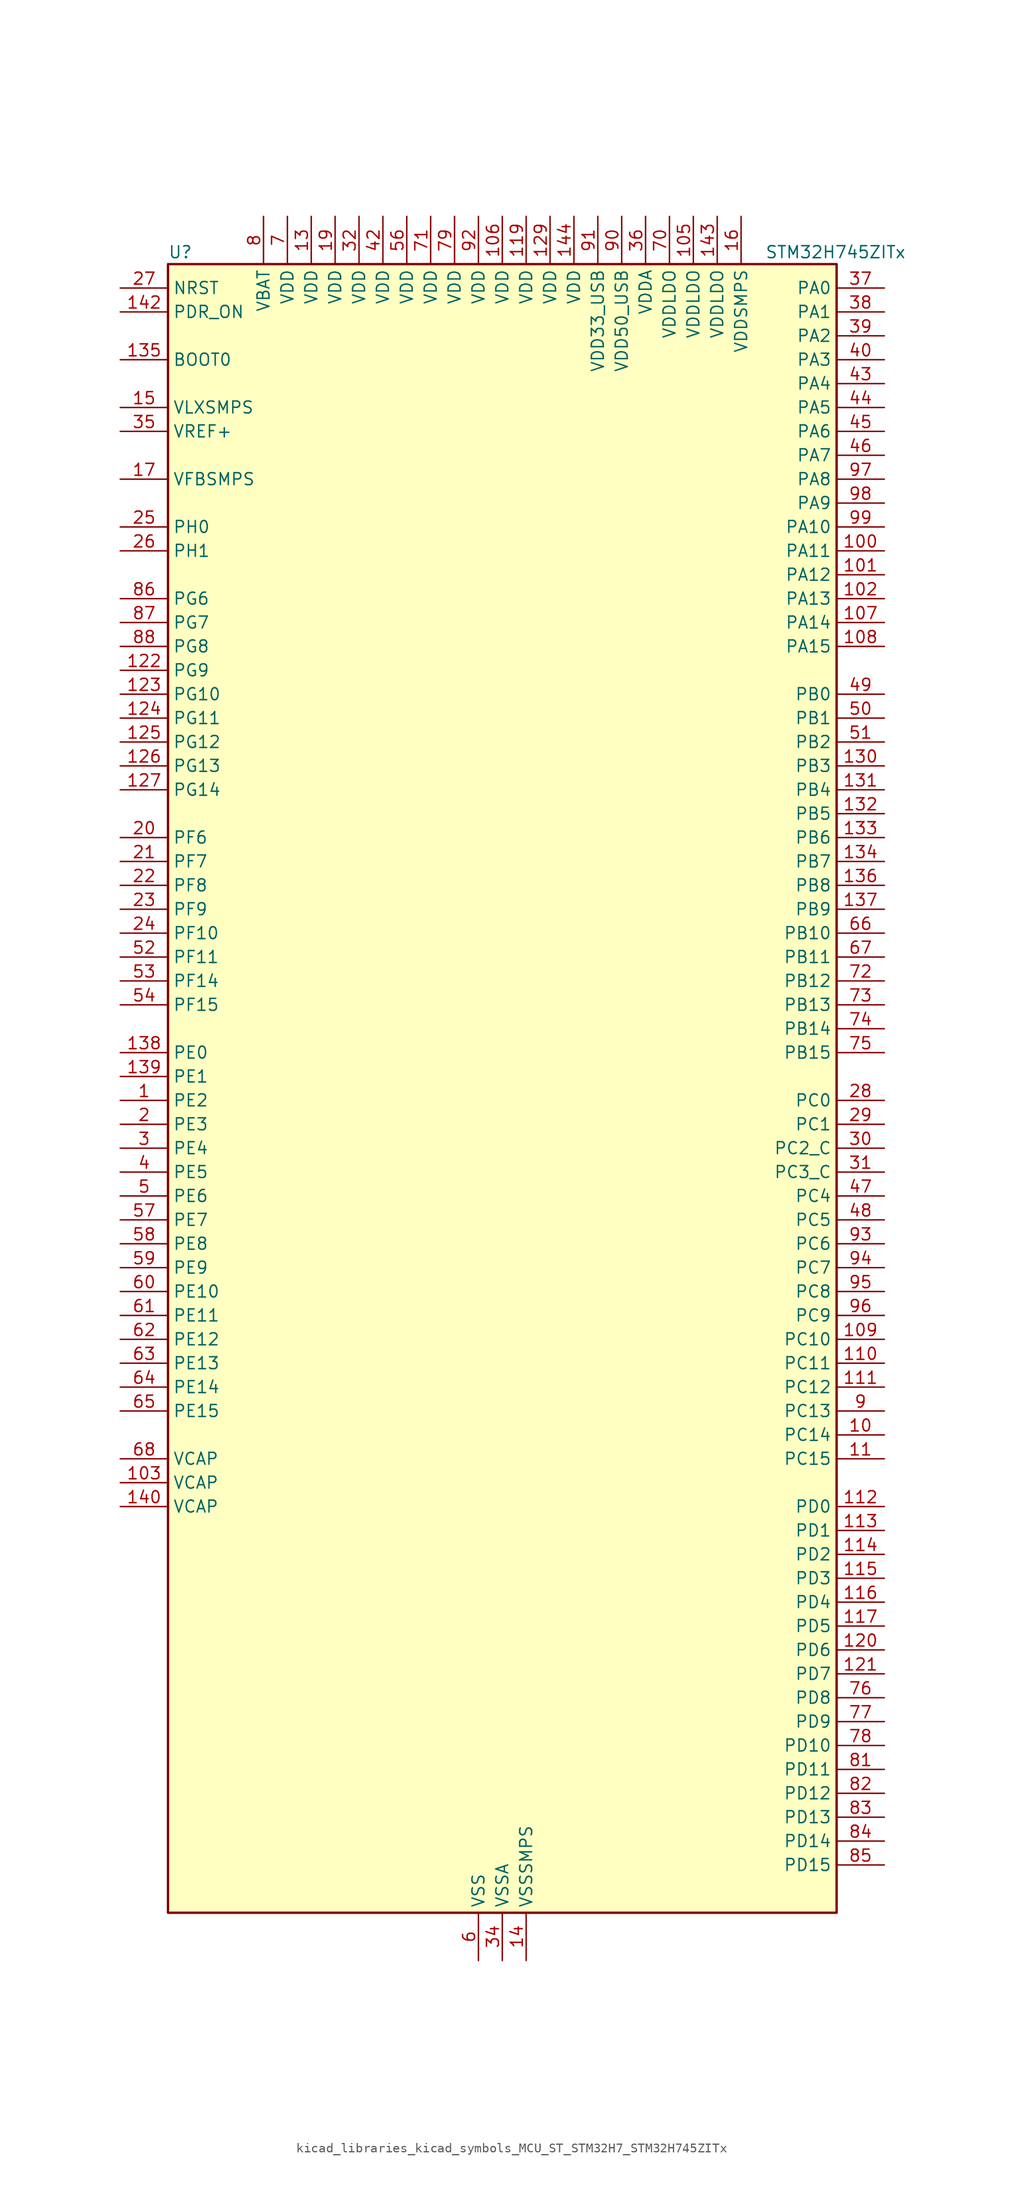
<source format=kicad_sym>
(kicad_symbol_lib
  (version 20220914)
  (generator kicad_symbol_editor)
  (symbol "kicad_libraries_kicad_symbols_MCU_ST_STM32H7_STM32H745ZITx"
    (property "Reference" "U"
      (at -35.56 90.17 0)
      (effects (font (size 1.27 1.27)) (justify left)))
    (property "Value" "STM32H745ZITx"
      (at 27.94 90.17 0)
      (effects (font (size 1.27 1.27)) (justify left)))
    (property "ki_locked" ""
      (at 0 0 0)
      (effects (font (size 1.27 1.27))))
    (symbol "kicad_libraries_kicad_symbols_MCU_ST_STM32H7_STM32H745ZITx_0_1"
      (rectangle (start -35.56 -86.36) (end 35.56 88.9) (stroke (width 0.254) (type default)) (fill (type background))))
    (symbol "kicad_libraries_kicad_symbols_MCU_ST_STM32H7_STM32H745ZITx_1_1"
      (pin bidirectional line (at -40.64 0 0) (length 5.08) (name "PE2" (effects (font (size 1.27 1.27)))) (number "1" (effects (font (size 1.27 1.27)))) (alternate "DEBUG_TRACECLK" bidirectional line) (alternate "ETH_TXD3" bidirectional line) (alternate "FMC_A23" bidirectional line) (alternate "QUADSPI_BK1_IO2" bidirectional line) (alternate "SAI1_CK1" bidirectional line) (alternate "SAI1_MCLK_A" bidirectional line) (alternate "SAI4_CK1" bidirectional line) (alternate "SAI4_MCLK_A" bidirectional line) (alternate "SPI4_SCK" bidirectional line))
      (pin bidirectional line (at 40.64 -35.56 180) (length 5.08) (name "PC14" (effects (font (size 1.27 1.27)))) (number "10" (effects (font (size 1.27 1.27)))) (alternate "RCC_OSC32_IN" bidirectional line))
      (pin bidirectional line (at 40.64 58.42 180) (length 5.08) (name "PA11" (effects (font (size 1.27 1.27)))) (number "100" (effects (font (size 1.27 1.27)))) (alternate "ADC1_EXTI11" bidirectional line) (alternate "ADC2_EXTI11" bidirectional line) (alternate "ADC3_EXTI11" bidirectional line) (alternate "FDCAN1_RX" bidirectional line) (alternate "HRTIM_CHD1" bidirectional line) (alternate "I2S2_WS" bidirectional line) (alternate "LPUART1_CTS" bidirectional line) (alternate "LTDC_R4" bidirectional line) (alternate "SPI2_NSS" bidirectional line) (alternate "TIM1_CH4" bidirectional line) (alternate "UART4_RX" bidirectional line) (alternate "USART1_CTS" bidirectional line) (alternate "USART1_NSS" bidirectional line) (alternate "USB_OTG_FS_DM" bidirectional line))
      (pin bidirectional line (at 40.64 55.88 180) (length 5.08) (name "PA12" (effects (font (size 1.27 1.27)))) (number "101" (effects (font (size 1.27 1.27)))) (alternate "FDCAN1_TX" bidirectional line) (alternate "HRTIM_CHD2" bidirectional line) (alternate "I2S2_CK" bidirectional line) (alternate "LPUART1_DE" bidirectional line) (alternate "LPUART1_RTS" bidirectional line) (alternate "LTDC_R5" bidirectional line) (alternate "SAI2_FS_B" bidirectional line) (alternate "SPI2_SCK" bidirectional line) (alternate "TIM1_ETR" bidirectional line) (alternate "UART4_TX" bidirectional line) (alternate "USART1_DE" bidirectional line) (alternate "USART1_RTS" bidirectional line) (alternate "USB_OTG_FS_DP" bidirectional line))
      (pin bidirectional line (at 40.64 53.34 180) (length 5.08) (name "PA13" (effects (font (size 1.27 1.27)))) (number "102" (effects (font (size 1.27 1.27)))) (alternate "DEBUG_JTMS-SWDIO" bidirectional line))
      (pin power_out line (at -40.64 -40.64 0) (length 5.08) (name "VCAP" (effects (font (size 1.27 1.27)))) (number "103" (effects (font (size 1.27 1.27)))))
      (pin passive line (at -2.54 -91.44 90) (length 5.08) hide (name "VSS" (effects (font (size 1.27 1.27)))) (number "104" (effects (font (size 1.27 1.27)))))
      (pin power_in line (at 20.32 93.98 270) (length 5.08) (name "VDDLDO" (effects (font (size 1.27 1.27)))) (number "105" (effects (font (size 1.27 1.27)))))
      (pin power_in line (at 0 93.98 270) (length 5.08) (name "VDD" (effects (font (size 1.27 1.27)))) (number "106" (effects (font (size 1.27 1.27)))))
      (pin bidirectional line (at 40.64 50.8 180) (length 5.08) (name "PA14" (effects (font (size 1.27 1.27)))) (number "107" (effects (font (size 1.27 1.27)))) (alternate "DEBUG_JTCK-SWCLK" bidirectional line))
      (pin bidirectional line (at 40.64 48.26 180) (length 5.08) (name "PA15" (effects (font (size 1.27 1.27)))) (number "108" (effects (font (size 1.27 1.27)))) (alternate "ADC1_EXTI15" bidirectional line) (alternate "ADC2_EXTI15" bidirectional line) (alternate "ADC3_EXTI15" bidirectional line) (alternate "CEC" bidirectional line) (alternate "DEBUG_JTDI" bidirectional line) (alternate "HRTIM_FLT1" bidirectional line) (alternate "I2S1_WS" bidirectional line) (alternate "I2S3_WS" bidirectional line) (alternate "SPI1_NSS" bidirectional line) (alternate "SPI3_NSS" bidirectional line) (alternate "SPI6_NSS" bidirectional line) (alternate "TIM2_CH1" bidirectional line) (alternate "TIM2_ETR" bidirectional line) (alternate "UART4_DE" bidirectional line) (alternate "UART4_RTS" bidirectional line) (alternate "UART7_TX" bidirectional line))
      (pin bidirectional line (at 40.64 -25.4 180) (length 5.08) (name "PC10" (effects (font (size 1.27 1.27)))) (number "109" (effects (font (size 1.27 1.27)))) (alternate "DCMI_D8" bidirectional line) (alternate "DFSDM1_CKIN5" bidirectional line) (alternate "HRTIM_EEV1" bidirectional line) (alternate "I2S3_CK" bidirectional line) (alternate "LTDC_R2" bidirectional line) (alternate "QUADSPI_BK1_IO1" bidirectional line) (alternate "SDMMC1_D2" bidirectional line) (alternate "SPI3_SCK" bidirectional line) (alternate "UART4_TX" bidirectional line) (alternate "USART3_TX" bidirectional line))
      (pin bidirectional line (at 40.64 -38.1 180) (length 5.08) (name "PC15" (effects (font (size 1.27 1.27)))) (number "11" (effects (font (size 1.27 1.27)))) (alternate "ADC1_EXTI15" bidirectional line) (alternate "ADC2_EXTI15" bidirectional line) (alternate "ADC3_EXTI15" bidirectional line) (alternate "RCC_OSC32_OUT" bidirectional line))
      (pin bidirectional line (at 40.64 -27.94 180) (length 5.08) (name "PC11" (effects (font (size 1.27 1.27)))) (number "110" (effects (font (size 1.27 1.27)))) (alternate "ADC1_EXTI11" bidirectional line) (alternate "ADC2_EXTI11" bidirectional line) (alternate "ADC3_EXTI11" bidirectional line) (alternate "DCMI_D4" bidirectional line) (alternate "DFSDM1_DATIN5" bidirectional line) (alternate "HRTIM_FLT2" bidirectional line) (alternate "I2S3_SDI" bidirectional line) (alternate "QUADSPI_BK2_NCS" bidirectional line) (alternate "SDMMC1_D3" bidirectional line) (alternate "SPI3_MISO" bidirectional line) (alternate "UART4_RX" bidirectional line) (alternate "USART3_RX" bidirectional line))
      (pin bidirectional line (at 40.64 -30.48 180) (length 5.08) (name "PC12" (effects (font (size 1.27 1.27)))) (number "111" (effects (font (size 1.27 1.27)))) (alternate "DCMI_D9" bidirectional line) (alternate "DEBUG_TRACED3" bidirectional line) (alternate "HRTIM_EEV2" bidirectional line) (alternate "I2S3_SDO" bidirectional line) (alternate "SDMMC1_CK" bidirectional line) (alternate "SPI3_MOSI" bidirectional line) (alternate "UART5_TX" bidirectional line) (alternate "USART3_CK" bidirectional line))
      (pin bidirectional line (at 40.64 -43.18 180) (length 5.08) (name "PD0" (effects (font (size 1.27 1.27)))) (number "112" (effects (font (size 1.27 1.27)))) (alternate "DFSDM1_CKIN6" bidirectional line) (alternate "FDCAN1_RX" bidirectional line) (alternate "FMC_D2" bidirectional line) (alternate "FMC_DA2" bidirectional line) (alternate "SAI3_SCK_A" bidirectional line) (alternate "UART4_RX" bidirectional line))
      (pin bidirectional line (at 40.64 -45.72 180) (length 5.08) (name "PD1" (effects (font (size 1.27 1.27)))) (number "113" (effects (font (size 1.27 1.27)))) (alternate "DFSDM1_DATIN6" bidirectional line) (alternate "FDCAN1_TX" bidirectional line) (alternate "FMC_D3" bidirectional line) (alternate "FMC_DA3" bidirectional line) (alternate "SAI3_SD_A" bidirectional line) (alternate "UART4_TX" bidirectional line))
      (pin bidirectional line (at 40.64 -48.26 180) (length 5.08) (name "PD2" (effects (font (size 1.27 1.27)))) (number "114" (effects (font (size 1.27 1.27)))) (alternate "DCMI_D11" bidirectional line) (alternate "DEBUG_TRACED2" bidirectional line) (alternate "SDMMC1_CMD" bidirectional line) (alternate "TIM3_ETR" bidirectional line) (alternate "UART5_RX" bidirectional line))
      (pin bidirectional line (at 40.64 -50.8 180) (length 5.08) (name "PD3" (effects (font (size 1.27 1.27)))) (number "115" (effects (font (size 1.27 1.27)))) (alternate "DCMI_D5" bidirectional line) (alternate "DFSDM1_CKOUT" bidirectional line) (alternate "FMC_CLK" bidirectional line) (alternate "I2S2_CK" bidirectional line) (alternate "LTDC_G7" bidirectional line) (alternate "SPI2_SCK" bidirectional line) (alternate "USART2_CTS" bidirectional line) (alternate "USART2_NSS" bidirectional line))
      (pin bidirectional line (at 40.64 -53.34 180) (length 5.08) (name "PD4" (effects (font (size 1.27 1.27)))) (number "116" (effects (font (size 1.27 1.27)))) (alternate "FMC_NOE" bidirectional line) (alternate "HRTIM_FLT3" bidirectional line) (alternate "SAI3_FS_A" bidirectional line) (alternate "USART2_DE" bidirectional line) (alternate "USART2_RTS" bidirectional line))
      (pin bidirectional line (at 40.64 -55.88 180) (length 5.08) (name "PD5" (effects (font (size 1.27 1.27)))) (number "117" (effects (font (size 1.27 1.27)))) (alternate "FMC_NWE" bidirectional line) (alternate "HRTIM_EEV3" bidirectional line) (alternate "USART2_TX" bidirectional line))
      (pin passive line (at -2.54 -91.44 90) (length 5.08) hide (name "VSS" (effects (font (size 1.27 1.27)))) (number "118" (effects (font (size 1.27 1.27)))))
      (pin power_in line (at 2.54 93.98 270) (length 5.08) (name "VDD" (effects (font (size 1.27 1.27)))) (number "119" (effects (font (size 1.27 1.27)))))
      (pin passive line (at -2.54 -91.44 90) (length 5.08) hide (name "VSS" (effects (font (size 1.27 1.27)))) (number "12" (effects (font (size 1.27 1.27)))))
      (pin bidirectional line (at 40.64 -58.42 180) (length 5.08) (name "PD6" (effects (font (size 1.27 1.27)))) (number "120" (effects (font (size 1.27 1.27)))) (alternate "DCMI_D10" bidirectional line) (alternate "DFSDM1_CKIN4" bidirectional line) (alternate "DFSDM1_DATIN1" bidirectional line) (alternate "FMC_NWAIT" bidirectional line) (alternate "I2S3_SDO" bidirectional line) (alternate "LTDC_B2" bidirectional line) (alternate "SAI1_D1" bidirectional line) (alternate "SAI1_SD_A" bidirectional line) (alternate "SAI4_D1" bidirectional line) (alternate "SAI4_SD_A" bidirectional line) (alternate "SDMMC2_CK" bidirectional line) (alternate "SPI3_MOSI" bidirectional line) (alternate "USART2_RX" bidirectional line))
      (pin bidirectional line (at 40.64 -60.96 180) (length 5.08) (name "PD7" (effects (font (size 1.27 1.27)))) (number "121" (effects (font (size 1.27 1.27)))) (alternate "DFSDM1_CKIN1" bidirectional line) (alternate "DFSDM1_DATIN4" bidirectional line) (alternate "FMC_NE1" bidirectional line) (alternate "I2S1_SDO" bidirectional line) (alternate "SDMMC2_CMD" bidirectional line) (alternate "SPDIFRX1_IN0" bidirectional line) (alternate "SPI1_MOSI" bidirectional line) (alternate "USART2_CK" bidirectional line))
      (pin bidirectional line (at -40.64 45.72 0) (length 5.08) (name "PG9" (effects (font (size 1.27 1.27)))) (number "122" (effects (font (size 1.27 1.27)))) (alternate "DAC1_EXTI9" bidirectional line) (alternate "DCMI_VSYNC" bidirectional line) (alternate "FMC_NCE" bidirectional line) (alternate "FMC_NE2" bidirectional line) (alternate "I2S1_SDI" bidirectional line) (alternate "QUADSPI_BK2_IO2" bidirectional line) (alternate "SAI2_FS_B" bidirectional line) (alternate "SPDIFRX1_IN3" bidirectional line) (alternate "SPI1_MISO" bidirectional line) (alternate "USART6_RX" bidirectional line))
      (pin bidirectional line (at -40.64 43.18 0) (length 5.08) (name "PG10" (effects (font (size 1.27 1.27)))) (number "123" (effects (font (size 1.27 1.27)))) (alternate "DCMI_D2" bidirectional line) (alternate "FMC_NE3" bidirectional line) (alternate "HRTIM_FLT5" bidirectional line) (alternate "I2S1_WS" bidirectional line) (alternate "LTDC_B2" bidirectional line) (alternate "LTDC_G3" bidirectional line) (alternate "SAI2_SD_B" bidirectional line) (alternate "SPI1_NSS" bidirectional line))
      (pin bidirectional line (at -40.64 40.64 0) (length 5.08) (name "PG11" (effects (font (size 1.27 1.27)))) (number "124" (effects (font (size 1.27 1.27)))) (alternate "ADC1_EXTI11" bidirectional line) (alternate "ADC2_EXTI11" bidirectional line) (alternate "ADC3_EXTI11" bidirectional line) (alternate "DCMI_D3" bidirectional line) (alternate "ETH_TX_EN" bidirectional line) (alternate "HRTIM_EEV4" bidirectional line) (alternate "I2S1_CK" bidirectional line) (alternate "LPTIM1_IN2" bidirectional line) (alternate "LTDC_B3" bidirectional line) (alternate "SDMMC2_D2" bidirectional line) (alternate "SPDIFRX1_IN0" bidirectional line) (alternate "SPI1_SCK" bidirectional line))
      (pin bidirectional line (at -40.64 38.1 0) (length 5.08) (name "PG12" (effects (font (size 1.27 1.27)))) (number "125" (effects (font (size 1.27 1.27)))) (alternate "ETH_TXD1" bidirectional line) (alternate "FMC_NE4" bidirectional line) (alternate "HRTIM_EEV5" bidirectional line) (alternate "LPTIM1_IN1" bidirectional line) (alternate "LTDC_B1" bidirectional line) (alternate "LTDC_B4" bidirectional line) (alternate "SPDIFRX1_IN1" bidirectional line) (alternate "SPI6_MISO" bidirectional line) (alternate "USART6_DE" bidirectional line) (alternate "USART6_RTS" bidirectional line))
      (pin bidirectional line (at -40.64 35.56 0) (length 5.08) (name "PG13" (effects (font (size 1.27 1.27)))) (number "126" (effects (font (size 1.27 1.27)))) (alternate "DEBUG_TRACED0" bidirectional line) (alternate "ETH_TXD0" bidirectional line) (alternate "FMC_A24" bidirectional line) (alternate "HRTIM_EEV10" bidirectional line) (alternate "LPTIM1_OUT" bidirectional line) (alternate "LTDC_R0" bidirectional line) (alternate "SPI6_SCK" bidirectional line) (alternate "USART6_CTS" bidirectional line) (alternate "USART6_NSS" bidirectional line))
      (pin bidirectional line (at -40.64 33.02 0) (length 5.08) (name "PG14" (effects (font (size 1.27 1.27)))) (number "127" (effects (font (size 1.27 1.27)))) (alternate "DEBUG_TRACED1" bidirectional line) (alternate "ETH_TXD1" bidirectional line) (alternate "FMC_A25" bidirectional line) (alternate "LPTIM1_ETR" bidirectional line) (alternate "LTDC_B0" bidirectional line) (alternate "QUADSPI_BK2_IO3" bidirectional line) (alternate "SPI6_MOSI" bidirectional line) (alternate "USART6_TX" bidirectional line))
      (pin passive line (at -2.54 -91.44 90) (length 5.08) hide (name "VSS" (effects (font (size 1.27 1.27)))) (number "128" (effects (font (size 1.27 1.27)))))
      (pin power_in line (at 5.08 93.98 270) (length 5.08) (name "VDD" (effects (font (size 1.27 1.27)))) (number "129" (effects (font (size 1.27 1.27)))))
      (pin power_in line (at -20.32 93.98 270) (length 5.08) (name "VDD" (effects (font (size 1.27 1.27)))) (number "13" (effects (font (size 1.27 1.27)))))
      (pin bidirectional line (at 40.64 35.56 180) (length 5.08) (name "PB3" (effects (font (size 1.27 1.27)))) (number "130" (effects (font (size 1.27 1.27)))) (alternate "CRS_SYNC" bidirectional line) (alternate "DEBUG_JTDO-SWO" bidirectional line) (alternate "HRTIM_FLT4" bidirectional line) (alternate "I2S1_CK" bidirectional line) (alternate "I2S3_CK" bidirectional line) (alternate "SDMMC2_D2" bidirectional line) (alternate "SPI1_SCK" bidirectional line) (alternate "SPI3_SCK" bidirectional line) (alternate "SPI6_SCK" bidirectional line) (alternate "TIM2_CH2" bidirectional line) (alternate "UART7_RX" bidirectional line))
      (pin bidirectional line (at 40.64 33.02 180) (length 5.08) (name "PB4" (effects (font (size 1.27 1.27)))) (number "131" (effects (font (size 1.27 1.27)))) (alternate "DEBUG_JTRST" bidirectional line) (alternate "HRTIM_EEV6" bidirectional line) (alternate "I2S1_SDI" bidirectional line) (alternate "I2S2_WS" bidirectional line) (alternate "I2S3_SDI" bidirectional line) (alternate "SDMMC2_D3" bidirectional line) (alternate "SPI1_MISO" bidirectional line) (alternate "SPI2_NSS" bidirectional line) (alternate "SPI3_MISO" bidirectional line) (alternate "SPI6_MISO" bidirectional line) (alternate "TIM16_BKIN" bidirectional line) (alternate "TIM3_CH1" bidirectional line) (alternate "UART7_TX" bidirectional line))
      (pin bidirectional line (at 40.64 30.48 180) (length 5.08) (name "PB5" (effects (font (size 1.27 1.27)))) (number "132" (effects (font (size 1.27 1.27)))) (alternate "DCMI_D10" bidirectional line) (alternate "ETH_PPS_OUT" bidirectional line) (alternate "FDCAN2_RX" bidirectional line) (alternate "FMC_SDCKE1" bidirectional line) (alternate "HRTIM_EEV7" bidirectional line) (alternate "I2C1_SMBA" bidirectional line) (alternate "I2C4_SMBA" bidirectional line) (alternate "I2S1_SDO" bidirectional line) (alternate "I2S3_SDO" bidirectional line) (alternate "SPI1_MOSI" bidirectional line) (alternate "SPI3_MOSI" bidirectional line) (alternate "SPI6_MOSI" bidirectional line) (alternate "TIM17_BKIN" bidirectional line) (alternate "TIM3_CH2" bidirectional line) (alternate "UART5_RX" bidirectional line) (alternate "USB_OTG_HS_ULPI_D7" bidirectional line))
      (pin bidirectional line (at 40.64 27.94 180) (length 5.08) (name "PB6" (effects (font (size 1.27 1.27)))) (number "133" (effects (font (size 1.27 1.27)))) (alternate "CEC" bidirectional line) (alternate "DCMI_D5" bidirectional line) (alternate "DFSDM1_DATIN5" bidirectional line) (alternate "FDCAN2_TX" bidirectional line) (alternate "FMC_SDNE1" bidirectional line) (alternate "HRTIM_EEV8" bidirectional line) (alternate "I2C1_SCL" bidirectional line) (alternate "I2C4_SCL" bidirectional line) (alternate "LPUART1_TX" bidirectional line) (alternate "QUADSPI_BK1_NCS" bidirectional line) (alternate "TIM16_CH1N" bidirectional line) (alternate "TIM4_CH1" bidirectional line) (alternate "UART5_TX" bidirectional line) (alternate "USART1_TX" bidirectional line))
      (pin bidirectional line (at 40.64 25.4 180) (length 5.08) (name "PB7" (effects (font (size 1.27 1.27)))) (number "134" (effects (font (size 1.27 1.27)))) (alternate "DCMI_VSYNC" bidirectional line) (alternate "DFSDM1_CKIN5" bidirectional line) (alternate "FMC_NL" bidirectional line) (alternate "HRTIM_EEV9" bidirectional line) (alternate "I2C1_SDA" bidirectional line) (alternate "I2C4_SDA" bidirectional line) (alternate "LPUART1_RX" bidirectional line) (alternate "PWR_PVD_IN" bidirectional line) (alternate "TIM17_CH1N" bidirectional line) (alternate "TIM4_CH2" bidirectional line) (alternate "USART1_RX" bidirectional line))
      (pin input line (at -40.64 78.74 0) (length 5.08) (name "BOOT0" (effects (font (size 1.27 1.27)))) (number "135" (effects (font (size 1.27 1.27)))))
      (pin bidirectional line (at 40.64 22.86 180) (length 5.08) (name "PB8" (effects (font (size 1.27 1.27)))) (number "136" (effects (font (size 1.27 1.27)))) (alternate "DCMI_D6" bidirectional line) (alternate "DFSDM1_CKIN7" bidirectional line) (alternate "ETH_TXD3" bidirectional line) (alternate "FDCAN1_RX" bidirectional line) (alternate "I2C1_SCL" bidirectional line) (alternate "I2C4_SCL" bidirectional line) (alternate "LTDC_B6" bidirectional line) (alternate "SDMMC1_CKIN" bidirectional line) (alternate "SDMMC1_D4" bidirectional line) (alternate "SDMMC2_D4" bidirectional line) (alternate "TIM16_CH1" bidirectional line) (alternate "TIM4_CH3" bidirectional line) (alternate "UART4_RX" bidirectional line))
      (pin bidirectional line (at 40.64 20.32 180) (length 5.08) (name "PB9" (effects (font (size 1.27 1.27)))) (number "137" (effects (font (size 1.27 1.27)))) (alternate "DAC1_EXTI9" bidirectional line) (alternate "DCMI_D7" bidirectional line) (alternate "DFSDM1_DATIN7" bidirectional line) (alternate "FDCAN1_TX" bidirectional line) (alternate "I2C1_SDA" bidirectional line) (alternate "I2C4_SDA" bidirectional line) (alternate "I2C4_SMBA" bidirectional line) (alternate "I2S2_WS" bidirectional line) (alternate "LTDC_B7" bidirectional line) (alternate "SDMMC1_CDIR" bidirectional line) (alternate "SDMMC1_D5" bidirectional line) (alternate "SDMMC2_D5" bidirectional line) (alternate "SPI2_NSS" bidirectional line) (alternate "TIM17_CH1" bidirectional line) (alternate "TIM4_CH4" bidirectional line) (alternate "UART4_TX" bidirectional line))
      (pin bidirectional line (at -40.64 5.08 0) (length 5.08) (name "PE0" (effects (font (size 1.27 1.27)))) (number "138" (effects (font (size 1.27 1.27)))) (alternate "DCMI_D2" bidirectional line) (alternate "FMC_NBL0" bidirectional line) (alternate "HRTIM_SCIN" bidirectional line) (alternate "LPTIM1_ETR" bidirectional line) (alternate "LPTIM2_ETR" bidirectional line) (alternate "SAI2_MCLK_A" bidirectional line) (alternate "TIM4_ETR" bidirectional line) (alternate "UART8_RX" bidirectional line))
      (pin bidirectional line (at -40.64 2.54 0) (length 5.08) (name "PE1" (effects (font (size 1.27 1.27)))) (number "139" (effects (font (size 1.27 1.27)))) (alternate "DCMI_D3" bidirectional line) (alternate "FMC_NBL1" bidirectional line) (alternate "HRTIM_SCOUT" bidirectional line) (alternate "LPTIM1_IN2" bidirectional line) (alternate "UART8_TX" bidirectional line))
      (pin power_in line (at 2.54 -91.44 90) (length 5.08) (name "VSSSMPS" (effects (font (size 1.27 1.27)))) (number "14" (effects (font (size 1.27 1.27)))))
      (pin power_out line (at -40.64 -43.18 0) (length 5.08) (name "VCAP" (effects (font (size 1.27 1.27)))) (number "140" (effects (font (size 1.27 1.27)))))
      (pin passive line (at -2.54 -91.44 90) (length 5.08) hide (name "VSS" (effects (font (size 1.27 1.27)))) (number "141" (effects (font (size 1.27 1.27)))))
      (pin input line (at -40.64 83.82 0) (length 5.08) (name "PDR_ON" (effects (font (size 1.27 1.27)))) (number "142" (effects (font (size 1.27 1.27)))))
      (pin power_in line (at 22.86 93.98 270) (length 5.08) (name "VDDLDO" (effects (font (size 1.27 1.27)))) (number "143" (effects (font (size 1.27 1.27)))))
      (pin power_in line (at 7.62 93.98 270) (length 5.08) (name "VDD" (effects (font (size 1.27 1.27)))) (number "144" (effects (font (size 1.27 1.27)))))
      (pin power_in line (at -40.64 73.66 0) (length 5.08) (name "VLXSMPS" (effects (font (size 1.27 1.27)))) (number "15" (effects (font (size 1.27 1.27)))))
      (pin power_in line (at 25.4 93.98 270) (length 5.08) (name "VDDSMPS" (effects (font (size 1.27 1.27)))) (number "16" (effects (font (size 1.27 1.27)))))
      (pin input line (at -40.64 66.04 0) (length 5.08) (name "VFBSMPS" (effects (font (size 1.27 1.27)))) (number "17" (effects (font (size 1.27 1.27)))))
      (pin passive line (at -2.54 -91.44 90) (length 5.08) hide (name "VSS" (effects (font (size 1.27 1.27)))) (number "18" (effects (font (size 1.27 1.27)))))
      (pin power_in line (at -17.78 93.98 270) (length 5.08) (name "VDD" (effects (font (size 1.27 1.27)))) (number "19" (effects (font (size 1.27 1.27)))))
      (pin bidirectional line (at -40.64 -2.54 0) (length 5.08) (name "PE3" (effects (font (size 1.27 1.27)))) (number "2" (effects (font (size 1.27 1.27)))) (alternate "DEBUG_TRACED0" bidirectional line) (alternate "FMC_A19" bidirectional line) (alternate "SAI1_SD_B" bidirectional line) (alternate "SAI4_SD_B" bidirectional line) (alternate "TIM15_BKIN" bidirectional line))
      (pin bidirectional line (at -40.64 27.94 0) (length 5.08) (name "PF6" (effects (font (size 1.27 1.27)))) (number "20" (effects (font (size 1.27 1.27)))) (alternate "ADC3_INP8" bidirectional line) (alternate "QUADSPI_BK1_IO3" bidirectional line) (alternate "SAI1_SD_B" bidirectional line) (alternate "SAI4_SD_B" bidirectional line) (alternate "SPI5_NSS" bidirectional line) (alternate "TIM16_CH1" bidirectional line) (alternate "UART7_RX" bidirectional line))
      (pin bidirectional line (at -40.64 25.4 0) (length 5.08) (name "PF7" (effects (font (size 1.27 1.27)))) (number "21" (effects (font (size 1.27 1.27)))) (alternate "ADC3_INP3" bidirectional line) (alternate "QUADSPI_BK1_IO2" bidirectional line) (alternate "SAI1_MCLK_B" bidirectional line) (alternate "SAI4_MCLK_B" bidirectional line) (alternate "SPI5_SCK" bidirectional line) (alternate "TIM17_CH1" bidirectional line) (alternate "UART7_TX" bidirectional line))
      (pin bidirectional line (at -40.64 22.86 0) (length 5.08) (name "PF8" (effects (font (size 1.27 1.27)))) (number "22" (effects (font (size 1.27 1.27)))) (alternate "ADC3_INN3" bidirectional line) (alternate "ADC3_INP7" bidirectional line) (alternate "QUADSPI_BK1_IO0" bidirectional line) (alternate "SAI1_SCK_B" bidirectional line) (alternate "SAI4_SCK_B" bidirectional line) (alternate "SPI5_MISO" bidirectional line) (alternate "TIM13_CH1" bidirectional line) (alternate "TIM16_CH1N" bidirectional line) (alternate "UART7_DE" bidirectional line) (alternate "UART7_RTS" bidirectional line))
      (pin bidirectional line (at -40.64 20.32 0) (length 5.08) (name "PF9" (effects (font (size 1.27 1.27)))) (number "23" (effects (font (size 1.27 1.27)))) (alternate "ADC3_INP2" bidirectional line) (alternate "DAC1_EXTI9" bidirectional line) (alternate "QUADSPI_BK1_IO1" bidirectional line) (alternate "SAI1_FS_B" bidirectional line) (alternate "SAI4_FS_B" bidirectional line) (alternate "SPI5_MOSI" bidirectional line) (alternate "TIM14_CH1" bidirectional line) (alternate "TIM17_CH1N" bidirectional line) (alternate "UART7_CTS" bidirectional line))
      (pin bidirectional line (at -40.64 17.78 0) (length 5.08) (name "PF10" (effects (font (size 1.27 1.27)))) (number "24" (effects (font (size 1.27 1.27)))) (alternate "ADC3_INN2" bidirectional line) (alternate "ADC3_INP6" bidirectional line) (alternate "DCMI_D11" bidirectional line) (alternate "LTDC_DE" bidirectional line) (alternate "QUADSPI_CLK" bidirectional line) (alternate "SAI1_D3" bidirectional line) (alternate "SAI4_D3" bidirectional line) (alternate "TIM16_BKIN" bidirectional line))
      (pin bidirectional line (at -40.64 60.96 0) (length 5.08) (name "PH0" (effects (font (size 1.27 1.27)))) (number "25" (effects (font (size 1.27 1.27)))) (alternate "RCC_OSC_IN" bidirectional line))
      (pin bidirectional line (at -40.64 58.42 0) (length 5.08) (name "PH1" (effects (font (size 1.27 1.27)))) (number "26" (effects (font (size 1.27 1.27)))) (alternate "RCC_OSC_OUT" bidirectional line))
      (pin input line (at -40.64 86.36 0) (length 5.08) (name "NRST" (effects (font (size 1.27 1.27)))) (number "27" (effects (font (size 1.27 1.27)))))
      (pin bidirectional line (at 40.64 0 180) (length 5.08) (name "PC0" (effects (font (size 1.27 1.27)))) (number "28" (effects (font (size 1.27 1.27)))) (alternate "ADC1_INP10" bidirectional line) (alternate "ADC2_INP10" bidirectional line) (alternate "ADC3_INP10" bidirectional line) (alternate "DFSDM1_CKIN0" bidirectional line) (alternate "DFSDM1_DATIN4" bidirectional line) (alternate "FMC_SDNWE" bidirectional line) (alternate "LTDC_R5" bidirectional line) (alternate "SAI2_FS_B" bidirectional line) (alternate "USB_OTG_HS_ULPI_STP" bidirectional line))
      (pin bidirectional line (at 40.64 -2.54 180) (length 5.08) (name "PC1" (effects (font (size 1.27 1.27)))) (number "29" (effects (font (size 1.27 1.27)))) (alternate "ADC1_INN10" bidirectional line) (alternate "ADC1_INP11" bidirectional line) (alternate "ADC2_INN10" bidirectional line) (alternate "ADC2_INP11" bidirectional line) (alternate "ADC3_INN10" bidirectional line) (alternate "ADC3_INP11" bidirectional line) (alternate "DEBUG_TRACED0" bidirectional line) (alternate "DFSDM1_CKIN4" bidirectional line) (alternate "DFSDM1_DATIN0" bidirectional line) (alternate "ETH_MDC" bidirectional line) (alternate "I2S2_SDO" bidirectional line) (alternate "MDIOS_MDC" bidirectional line) (alternate "PWR_WKUP5" bidirectional line) (alternate "RTC_TAMP3" bidirectional line) (alternate "SAI1_D1" bidirectional line) (alternate "SAI1_SD_A" bidirectional line) (alternate "SAI4_D1" bidirectional line) (alternate "SAI4_SD_A" bidirectional line) (alternate "SDMMC2_CK" bidirectional line) (alternate "SPI2_MOSI" bidirectional line))
      (pin bidirectional line (at -40.64 -5.08 0) (length 5.08) (name "PE4" (effects (font (size 1.27 1.27)))) (number "3" (effects (font (size 1.27 1.27)))) (alternate "DCMI_D4" bidirectional line) (alternate "DEBUG_TRACED1" bidirectional line) (alternate "DFSDM1_DATIN3" bidirectional line) (alternate "FMC_A20" bidirectional line) (alternate "LTDC_B0" bidirectional line) (alternate "SAI1_D2" bidirectional line) (alternate "SAI1_FS_A" bidirectional line) (alternate "SAI4_D2" bidirectional line) (alternate "SAI4_FS_A" bidirectional line) (alternate "SPI4_NSS" bidirectional line) (alternate "TIM15_CH1N" bidirectional line))
      (pin bidirectional line (at 40.64 -5.08 180) (length 5.08) (name "PC2_C" (effects (font (size 1.27 1.27)))) (number "30" (effects (font (size 1.27 1.27)))) (alternate "ADC3_INN1" bidirectional line) (alternate "ADC3_INP0" bidirectional line) (alternate "DFSDM1_CKIN1" bidirectional line) (alternate "DFSDM1_CKOUT" bidirectional line) (alternate "ETH_TXD2" bidirectional line) (alternate "FMC_SDNE0" bidirectional line) (alternate "I2S2_SDI" bidirectional line) (alternate "PWR_CSTOP" bidirectional line) (alternate "SPI2_MISO" bidirectional line) (alternate "USB_OTG_HS_ULPI_DIR" bidirectional line))
      (pin bidirectional line (at 40.64 -7.62 180) (length 5.08) (name "PC3_C" (effects (font (size 1.27 1.27)))) (number "31" (effects (font (size 1.27 1.27)))) (alternate "ADC3_INP1" bidirectional line) (alternate "DFSDM1_DATIN1" bidirectional line) (alternate "ETH_TX_CLK" bidirectional line) (alternate "FMC_SDCKE0" bidirectional line) (alternate "I2S2_SDO" bidirectional line) (alternate "PWR_CSLEEP" bidirectional line) (alternate "SPI2_MOSI" bidirectional line) (alternate "USB_OTG_HS_ULPI_NXT" bidirectional line))
      (pin power_in line (at -15.24 93.98 270) (length 5.08) (name "VDD" (effects (font (size 1.27 1.27)))) (number "32" (effects (font (size 1.27 1.27)))))
      (pin passive line (at -2.54 -91.44 90) (length 5.08) hide (name "VSS" (effects (font (size 1.27 1.27)))) (number "33" (effects (font (size 1.27 1.27)))))
      (pin power_in line (at 0 -91.44 90) (length 5.08) (name "VSSA" (effects (font (size 1.27 1.27)))) (number "34" (effects (font (size 1.27 1.27)))))
      (pin input line (at -40.64 71.12 0) (length 5.08) (name "VREF+" (effects (font (size 1.27 1.27)))) (number "35" (effects (font (size 1.27 1.27)))) (alternate "VREFBUF_OUT" bidirectional line))
      (pin power_in line (at 15.24 93.98 270) (length 5.08) (name "VDDA" (effects (font (size 1.27 1.27)))) (number "36" (effects (font (size 1.27 1.27)))))
      (pin bidirectional line (at 40.64 86.36 180) (length 5.08) (name "PA0" (effects (font (size 1.27 1.27)))) (number "37" (effects (font (size 1.27 1.27)))) (alternate "ADC1_INP16" bidirectional line) (alternate "ETH_CRS" bidirectional line) (alternate "PWR_WKUP0" bidirectional line) (alternate "SAI2_SD_B" bidirectional line) (alternate "SDMMC2_CMD" bidirectional line) (alternate "TIM15_BKIN" bidirectional line) (alternate "TIM2_CH1" bidirectional line) (alternate "TIM2_ETR" bidirectional line) (alternate "TIM5_CH1" bidirectional line) (alternate "TIM8_ETR" bidirectional line) (alternate "UART4_TX" bidirectional line) (alternate "USART2_CTS" bidirectional line) (alternate "USART2_NSS" bidirectional line))
      (pin bidirectional line (at 40.64 83.82 180) (length 5.08) (name "PA1" (effects (font (size 1.27 1.27)))) (number "38" (effects (font (size 1.27 1.27)))) (alternate "ADC1_INN16" bidirectional line) (alternate "ADC1_INP17" bidirectional line) (alternate "ETH_REF_CLK" bidirectional line) (alternate "ETH_RX_CLK" bidirectional line) (alternate "LPTIM3_OUT" bidirectional line) (alternate "LTDC_R2" bidirectional line) (alternate "QUADSPI_BK1_IO3" bidirectional line) (alternate "SAI2_MCLK_B" bidirectional line) (alternate "TIM15_CH1N" bidirectional line) (alternate "TIM2_CH2" bidirectional line) (alternate "TIM5_CH2" bidirectional line) (alternate "UART4_RX" bidirectional line) (alternate "USART2_DE" bidirectional line) (alternate "USART2_RTS" bidirectional line))
      (pin bidirectional line (at 40.64 81.28 180) (length 5.08) (name "PA2" (effects (font (size 1.27 1.27)))) (number "39" (effects (font (size 1.27 1.27)))) (alternate "ADC1_INP14" bidirectional line) (alternate "ADC2_INP14" bidirectional line) (alternate "ETH_MDIO" bidirectional line) (alternate "LPTIM4_OUT" bidirectional line) (alternate "LTDC_R1" bidirectional line) (alternate "MDIOS_MDIO" bidirectional line) (alternate "PWR_WKUP1" bidirectional line) (alternate "SAI2_SCK_B" bidirectional line) (alternate "TIM15_CH1" bidirectional line) (alternate "TIM2_CH3" bidirectional line) (alternate "TIM5_CH3" bidirectional line) (alternate "USART2_TX" bidirectional line))
      (pin bidirectional line (at -40.64 -7.62 0) (length 5.08) (name "PE5" (effects (font (size 1.27 1.27)))) (number "4" (effects (font (size 1.27 1.27)))) (alternate "DCMI_D6" bidirectional line) (alternate "DEBUG_TRACED2" bidirectional line) (alternate "DFSDM1_CKIN3" bidirectional line) (alternate "FMC_A21" bidirectional line) (alternate "LTDC_G0" bidirectional line) (alternate "SAI1_CK2" bidirectional line) (alternate "SAI1_SCK_A" bidirectional line) (alternate "SAI4_CK2" bidirectional line) (alternate "SAI4_SCK_A" bidirectional line) (alternate "SPI4_MISO" bidirectional line) (alternate "TIM15_CH1" bidirectional line))
      (pin bidirectional line (at 40.64 78.74 180) (length 5.08) (name "PA3" (effects (font (size 1.27 1.27)))) (number "40" (effects (font (size 1.27 1.27)))) (alternate "ADC1_INP15" bidirectional line) (alternate "ADC2_INP15" bidirectional line) (alternate "ETH_COL" bidirectional line) (alternate "LPTIM5_OUT" bidirectional line) (alternate "LTDC_B2" bidirectional line) (alternate "LTDC_B5" bidirectional line) (alternate "TIM15_CH2" bidirectional line) (alternate "TIM2_CH4" bidirectional line) (alternate "TIM5_CH4" bidirectional line) (alternate "USART2_RX" bidirectional line) (alternate "USB_OTG_HS_ULPI_D0" bidirectional line))
      (pin passive line (at -2.54 -91.44 90) (length 5.08) hide (name "VSS" (effects (font (size 1.27 1.27)))) (number "41" (effects (font (size 1.27 1.27)))))
      (pin power_in line (at -12.7 93.98 270) (length 5.08) (name "VDD" (effects (font (size 1.27 1.27)))) (number "42" (effects (font (size 1.27 1.27)))))
      (pin bidirectional line (at 40.64 76.2 180) (length 5.08) (name "PA4" (effects (font (size 1.27 1.27)))) (number "43" (effects (font (size 1.27 1.27)))) (alternate "ADC1_INP18" bidirectional line) (alternate "ADC2_INP18" bidirectional line) (alternate "DAC1_OUT1" bidirectional line) (alternate "DCMI_HSYNC" bidirectional line) (alternate "I2S1_WS" bidirectional line) (alternate "I2S3_WS" bidirectional line) (alternate "LTDC_VSYNC" bidirectional line) (alternate "SPI1_NSS" bidirectional line) (alternate "SPI3_NSS" bidirectional line) (alternate "SPI6_NSS" bidirectional line) (alternate "TIM5_ETR" bidirectional line) (alternate "USART2_CK" bidirectional line) (alternate "USB_OTG_HS_SOF" bidirectional line))
      (pin bidirectional line (at 40.64 73.66 180) (length 5.08) (name "PA5" (effects (font (size 1.27 1.27)))) (number "44" (effects (font (size 1.27 1.27)))) (alternate "ADC1_INN18" bidirectional line) (alternate "ADC1_INP19" bidirectional line) (alternate "ADC2_INN18" bidirectional line) (alternate "ADC2_INP19" bidirectional line) (alternate "DAC1_OUT2" bidirectional line) (alternate "I2S1_CK" bidirectional line) (alternate "LTDC_R4" bidirectional line) (alternate "PWR_NDSTOP2" bidirectional line) (alternate "SPI1_SCK" bidirectional line) (alternate "SPI6_SCK" bidirectional line) (alternate "TIM2_CH1" bidirectional line) (alternate "TIM2_ETR" bidirectional line) (alternate "TIM8_CH1N" bidirectional line) (alternate "USB_OTG_HS_ULPI_CK" bidirectional line))
      (pin bidirectional line (at 40.64 71.12 180) (length 5.08) (name "PA6" (effects (font (size 1.27 1.27)))) (number "45" (effects (font (size 1.27 1.27)))) (alternate "ADC1_INP3" bidirectional line) (alternate "ADC2_INP3" bidirectional line) (alternate "DCMI_PIXCLK" bidirectional line) (alternate "I2S1_SDI" bidirectional line) (alternate "LTDC_G2" bidirectional line) (alternate "MDIOS_MDC" bidirectional line) (alternate "SPI1_MISO" bidirectional line) (alternate "SPI6_MISO" bidirectional line) (alternate "TIM13_CH1" bidirectional line) (alternate "TIM1_BKIN" bidirectional line) (alternate "TIM1_BKIN_COMP1" bidirectional line) (alternate "TIM1_BKIN_COMP2" bidirectional line) (alternate "TIM3_CH1" bidirectional line) (alternate "TIM8_BKIN" bidirectional line) (alternate "TIM8_BKIN_COMP1" bidirectional line) (alternate "TIM8_BKIN_COMP2" bidirectional line))
      (pin bidirectional line (at 40.64 68.58 180) (length 5.08) (name "PA7" (effects (font (size 1.27 1.27)))) (number "46" (effects (font (size 1.27 1.27)))) (alternate "ADC1_INN3" bidirectional line) (alternate "ADC1_INP7" bidirectional line) (alternate "ADC2_INN3" bidirectional line) (alternate "ADC2_INP7" bidirectional line) (alternate "ETH_CRS_DV" bidirectional line) (alternate "ETH_RX_DV" bidirectional line) (alternate "FMC_SDNWE" bidirectional line) (alternate "I2S1_SDO" bidirectional line) (alternate "OPAMP1_VINM" bidirectional line) (alternate "OPAMP1_VINM1" bidirectional line) (alternate "SPI1_MOSI" bidirectional line) (alternate "SPI6_MOSI" bidirectional line) (alternate "TIM14_CH1" bidirectional line) (alternate "TIM1_CH1N" bidirectional line) (alternate "TIM3_CH2" bidirectional line) (alternate "TIM8_CH1N" bidirectional line))
      (pin bidirectional line (at 40.64 -10.16 180) (length 5.08) (name "PC4" (effects (font (size 1.27 1.27)))) (number "47" (effects (font (size 1.27 1.27)))) (alternate "ADC1_INP4" bidirectional line) (alternate "ADC2_INP4" bidirectional line) (alternate "COMP1_INM" bidirectional line) (alternate "DFSDM1_CKIN2" bidirectional line) (alternate "ETH_RXD0" bidirectional line) (alternate "FMC_SDNE0" bidirectional line) (alternate "I2S1_MCK" bidirectional line) (alternate "OPAMP1_VOUT" bidirectional line) (alternate "SPDIFRX1_IN2" bidirectional line))
      (pin bidirectional line (at 40.64 -12.7 180) (length 5.08) (name "PC5" (effects (font (size 1.27 1.27)))) (number "48" (effects (font (size 1.27 1.27)))) (alternate "ADC1_INN4" bidirectional line) (alternate "ADC1_INP8" bidirectional line) (alternate "ADC2_INN4" bidirectional line) (alternate "ADC2_INP8" bidirectional line) (alternate "COMP1_OUT" bidirectional line) (alternate "DFSDM1_DATIN2" bidirectional line) (alternate "ETH_RXD1" bidirectional line) (alternate "FMC_SDCKE0" bidirectional line) (alternate "OPAMP1_VINM" bidirectional line) (alternate "OPAMP1_VINM0" bidirectional line) (alternate "SAI1_D3" bidirectional line) (alternate "SAI4_D3" bidirectional line) (alternate "SPDIFRX1_IN3" bidirectional line))
      (pin bidirectional line (at 40.64 43.18 180) (length 5.08) (name "PB0" (effects (font (size 1.27 1.27)))) (number "49" (effects (font (size 1.27 1.27)))) (alternate "ADC1_INN5" bidirectional line) (alternate "ADC1_INP9" bidirectional line) (alternate "ADC2_INN5" bidirectional line) (alternate "ADC2_INP9" bidirectional line) (alternate "COMP1_INP" bidirectional line) (alternate "DFSDM1_CKOUT" bidirectional line) (alternate "ETH_RXD2" bidirectional line) (alternate "LTDC_G1" bidirectional line) (alternate "LTDC_R3" bidirectional line) (alternate "OPAMP1_VINP" bidirectional line) (alternate "TIM1_CH2N" bidirectional line) (alternate "TIM3_CH3" bidirectional line) (alternate "TIM8_CH2N" bidirectional line) (alternate "UART4_CTS" bidirectional line) (alternate "USB_OTG_HS_ULPI_D1" bidirectional line))
      (pin bidirectional line (at -40.64 -10.16 0) (length 5.08) (name "PE6" (effects (font (size 1.27 1.27)))) (number "5" (effects (font (size 1.27 1.27)))) (alternate "DCMI_D7" bidirectional line) (alternate "DEBUG_TRACED3" bidirectional line) (alternate "FMC_A22" bidirectional line) (alternate "LTDC_G1" bidirectional line) (alternate "SAI1_D1" bidirectional line) (alternate "SAI1_SD_A" bidirectional line) (alternate "SAI2_MCLK_B" bidirectional line) (alternate "SAI4_D1" bidirectional line) (alternate "SAI4_SD_A" bidirectional line) (alternate "SPI4_MOSI" bidirectional line) (alternate "TIM15_CH2" bidirectional line) (alternate "TIM1_BKIN2" bidirectional line) (alternate "TIM1_BKIN2_COMP1" bidirectional line) (alternate "TIM1_BKIN2_COMP2" bidirectional line))
      (pin bidirectional line (at 40.64 40.64 180) (length 5.08) (name "PB1" (effects (font (size 1.27 1.27)))) (number "50" (effects (font (size 1.27 1.27)))) (alternate "ADC1_INP5" bidirectional line) (alternate "ADC2_INP5" bidirectional line) (alternate "COMP1_INM" bidirectional line) (alternate "DFSDM1_DATIN1" bidirectional line) (alternate "ETH_RXD3" bidirectional line) (alternate "LTDC_G0" bidirectional line) (alternate "LTDC_R6" bidirectional line) (alternate "TIM1_CH3N" bidirectional line) (alternate "TIM3_CH4" bidirectional line) (alternate "TIM8_CH3N" bidirectional line) (alternate "USB_OTG_HS_ULPI_D2" bidirectional line))
      (pin bidirectional line (at 40.64 38.1 180) (length 5.08) (name "PB2" (effects (font (size 1.27 1.27)))) (number "51" (effects (font (size 1.27 1.27)))) (alternate "COMP1_INP" bidirectional line) (alternate "DFSDM1_CKIN1" bidirectional line) (alternate "I2S3_SDO" bidirectional line) (alternate "QUADSPI_CLK" bidirectional line) (alternate "RTC_OUT_ALARM" bidirectional line) (alternate "RTC_OUT_CALIB" bidirectional line) (alternate "SAI1_D1" bidirectional line) (alternate "SAI1_SD_A" bidirectional line) (alternate "SAI4_D1" bidirectional line) (alternate "SAI4_SD_A" bidirectional line) (alternate "SPI3_MOSI" bidirectional line))
      (pin bidirectional line (at -40.64 15.24 0) (length 5.08) (name "PF11" (effects (font (size 1.27 1.27)))) (number "52" (effects (font (size 1.27 1.27)))) (alternate "ADC1_EXTI11" bidirectional line) (alternate "ADC1_INP2" bidirectional line) (alternate "ADC2_EXTI11" bidirectional line) (alternate "ADC3_EXTI11" bidirectional line) (alternate "DCMI_D12" bidirectional line) (alternate "FMC_SDNRAS" bidirectional line) (alternate "SAI2_SD_B" bidirectional line) (alternate "SPI5_MOSI" bidirectional line))
      (pin bidirectional line (at -40.64 12.7 0) (length 5.08) (name "PF14" (effects (font (size 1.27 1.27)))) (number "53" (effects (font (size 1.27 1.27)))) (alternate "ADC2_INN2" bidirectional line) (alternate "ADC2_INP6" bidirectional line) (alternate "DFSDM1_CKIN6" bidirectional line) (alternate "FMC_A8" bidirectional line) (alternate "I2C4_SCL" bidirectional line))
      (pin bidirectional line (at -40.64 10.16 0) (length 5.08) (name "PF15" (effects (font (size 1.27 1.27)))) (number "54" (effects (font (size 1.27 1.27)))) (alternate "ADC1_EXTI15" bidirectional line) (alternate "ADC2_EXTI15" bidirectional line) (alternate "ADC3_EXTI15" bidirectional line) (alternate "FMC_A9" bidirectional line) (alternate "I2C4_SDA" bidirectional line))
      (pin passive line (at -2.54 -91.44 90) (length 5.08) hide (name "VSS" (effects (font (size 1.27 1.27)))) (number "55" (effects (font (size 1.27 1.27)))))
      (pin power_in line (at -10.16 93.98 270) (length 5.08) (name "VDD" (effects (font (size 1.27 1.27)))) (number "56" (effects (font (size 1.27 1.27)))))
      (pin bidirectional line (at -40.64 -12.7 0) (length 5.08) (name "PE7" (effects (font (size 1.27 1.27)))) (number "57" (effects (font (size 1.27 1.27)))) (alternate "COMP2_INM" bidirectional line) (alternate "DFSDM1_DATIN2" bidirectional line) (alternate "FMC_D4" bidirectional line) (alternate "FMC_DA4" bidirectional line) (alternate "OPAMP2_VOUT" bidirectional line) (alternate "QUADSPI_BK2_IO0" bidirectional line) (alternate "TIM1_ETR" bidirectional line) (alternate "UART7_RX" bidirectional line))
      (pin bidirectional line (at -40.64 -15.24 0) (length 5.08) (name "PE8" (effects (font (size 1.27 1.27)))) (number "58" (effects (font (size 1.27 1.27)))) (alternate "COMP2_OUT" bidirectional line) (alternate "DFSDM1_CKIN2" bidirectional line) (alternate "FMC_D5" bidirectional line) (alternate "FMC_DA5" bidirectional line) (alternate "OPAMP2_VINM" bidirectional line) (alternate "OPAMP2_VINM0" bidirectional line) (alternate "QUADSPI_BK2_IO1" bidirectional line) (alternate "TIM1_CH1N" bidirectional line) (alternate "UART7_TX" bidirectional line))
      (pin bidirectional line (at -40.64 -17.78 0) (length 5.08) (name "PE9" (effects (font (size 1.27 1.27)))) (number "59" (effects (font (size 1.27 1.27)))) (alternate "COMP2_INP" bidirectional line) (alternate "DAC1_EXTI9" bidirectional line) (alternate "DFSDM1_CKOUT" bidirectional line) (alternate "FMC_D6" bidirectional line) (alternate "FMC_DA6" bidirectional line) (alternate "OPAMP2_VINP" bidirectional line) (alternate "QUADSPI_BK2_IO2" bidirectional line) (alternate "TIM1_CH1" bidirectional line) (alternate "UART7_DE" bidirectional line) (alternate "UART7_RTS" bidirectional line))
      (pin power_in line (at -2.54 -91.44 90) (length 5.08) (name "VSS" (effects (font (size 1.27 1.27)))) (number "6" (effects (font (size 1.27 1.27)))))
      (pin bidirectional line (at -40.64 -20.32 0) (length 5.08) (name "PE10" (effects (font (size 1.27 1.27)))) (number "60" (effects (font (size 1.27 1.27)))) (alternate "COMP2_INM" bidirectional line) (alternate "DFSDM1_DATIN4" bidirectional line) (alternate "FMC_D7" bidirectional line) (alternate "FMC_DA7" bidirectional line) (alternate "QUADSPI_BK2_IO3" bidirectional line) (alternate "TIM1_CH2N" bidirectional line) (alternate "UART7_CTS" bidirectional line))
      (pin bidirectional line (at -40.64 -22.86 0) (length 5.08) (name "PE11" (effects (font (size 1.27 1.27)))) (number "61" (effects (font (size 1.27 1.27)))) (alternate "ADC1_EXTI11" bidirectional line) (alternate "ADC2_EXTI11" bidirectional line) (alternate "ADC3_EXTI11" bidirectional line) (alternate "COMP2_INP" bidirectional line) (alternate "DFSDM1_CKIN4" bidirectional line) (alternate "FMC_D8" bidirectional line) (alternate "FMC_DA8" bidirectional line) (alternate "LTDC_G3" bidirectional line) (alternate "SAI2_SD_B" bidirectional line) (alternate "SPI4_NSS" bidirectional line) (alternate "TIM1_CH2" bidirectional line))
      (pin bidirectional line (at -40.64 -25.4 0) (length 5.08) (name "PE12" (effects (font (size 1.27 1.27)))) (number "62" (effects (font (size 1.27 1.27)))) (alternate "COMP1_OUT" bidirectional line) (alternate "DFSDM1_DATIN5" bidirectional line) (alternate "FMC_D9" bidirectional line) (alternate "FMC_DA9" bidirectional line) (alternate "LTDC_B4" bidirectional line) (alternate "SAI2_SCK_B" bidirectional line) (alternate "SPI4_SCK" bidirectional line) (alternate "TIM1_CH3N" bidirectional line))
      (pin bidirectional line (at -40.64 -27.94 0) (length 5.08) (name "PE13" (effects (font (size 1.27 1.27)))) (number "63" (effects (font (size 1.27 1.27)))) (alternate "COMP2_OUT" bidirectional line) (alternate "DFSDM1_CKIN5" bidirectional line) (alternate "FMC_D10" bidirectional line) (alternate "FMC_DA10" bidirectional line) (alternate "LTDC_DE" bidirectional line) (alternate "SAI2_FS_B" bidirectional line) (alternate "SPI4_MISO" bidirectional line) (alternate "TIM1_CH3" bidirectional line))
      (pin bidirectional line (at -40.64 -30.48 0) (length 5.08) (name "PE14" (effects (font (size 1.27 1.27)))) (number "64" (effects (font (size 1.27 1.27)))) (alternate "FMC_D11" bidirectional line) (alternate "FMC_DA11" bidirectional line) (alternate "LTDC_CLK" bidirectional line) (alternate "SAI2_MCLK_B" bidirectional line) (alternate "SPI4_MOSI" bidirectional line) (alternate "TIM1_CH4" bidirectional line))
      (pin bidirectional line (at -40.64 -33.02 0) (length 5.08) (name "PE15" (effects (font (size 1.27 1.27)))) (number "65" (effects (font (size 1.27 1.27)))) (alternate "ADC1_EXTI15" bidirectional line) (alternate "ADC2_EXTI15" bidirectional line) (alternate "ADC3_EXTI15" bidirectional line) (alternate "FMC_D12" bidirectional line) (alternate "FMC_DA12" bidirectional line) (alternate "LTDC_R7" bidirectional line) (alternate "TIM1_BKIN" bidirectional line) (alternate "TIM1_BKIN_COMP1" bidirectional line) (alternate "TIM1_BKIN_COMP2" bidirectional line))
      (pin bidirectional line (at 40.64 17.78 180) (length 5.08) (name "PB10" (effects (font (size 1.27 1.27)))) (number "66" (effects (font (size 1.27 1.27)))) (alternate "DFSDM1_DATIN7" bidirectional line) (alternate "ETH_RX_ER" bidirectional line) (alternate "HRTIM_SCOUT" bidirectional line) (alternate "I2C2_SCL" bidirectional line) (alternate "I2S2_CK" bidirectional line) (alternate "LPTIM2_IN1" bidirectional line) (alternate "LTDC_G4" bidirectional line) (alternate "QUADSPI_BK1_NCS" bidirectional line) (alternate "SPI2_SCK" bidirectional line) (alternate "TIM2_CH3" bidirectional line) (alternate "USART3_TX" bidirectional line) (alternate "USB_OTG_HS_ULPI_D3" bidirectional line))
      (pin bidirectional line (at 40.64 15.24 180) (length 5.08) (name "PB11" (effects (font (size 1.27 1.27)))) (number "67" (effects (font (size 1.27 1.27)))) (alternate "ADC1_EXTI11" bidirectional line) (alternate "ADC2_EXTI11" bidirectional line) (alternate "ADC3_EXTI11" bidirectional line) (alternate "DFSDM1_CKIN7" bidirectional line) (alternate "ETH_TX_EN" bidirectional line) (alternate "HRTIM_SCIN" bidirectional line) (alternate "I2C2_SDA" bidirectional line) (alternate "LPTIM2_ETR" bidirectional line) (alternate "LTDC_G5" bidirectional line) (alternate "TIM2_CH4" bidirectional line) (alternate "USART3_RX" bidirectional line) (alternate "USB_OTG_HS_ULPI_D4" bidirectional line))
      (pin power_out line (at -40.64 -38.1 0) (length 5.08) (name "VCAP" (effects (font (size 1.27 1.27)))) (number "68" (effects (font (size 1.27 1.27)))))
      (pin passive line (at -2.54 -91.44 90) (length 5.08) hide (name "VSS" (effects (font (size 1.27 1.27)))) (number "69" (effects (font (size 1.27 1.27)))))
      (pin power_in line (at -22.86 93.98 270) (length 5.08) (name "VDD" (effects (font (size 1.27 1.27)))) (number "7" (effects (font (size 1.27 1.27)))))
      (pin power_in line (at 17.78 93.98 270) (length 5.08) (name "VDDLDO" (effects (font (size 1.27 1.27)))) (number "70" (effects (font (size 1.27 1.27)))))
      (pin power_in line (at -7.62 93.98 270) (length 5.08) (name "VDD" (effects (font (size 1.27 1.27)))) (number "71" (effects (font (size 1.27 1.27)))))
      (pin bidirectional line (at 40.64 12.7 180) (length 5.08) (name "PB12" (effects (font (size 1.27 1.27)))) (number "72" (effects (font (size 1.27 1.27)))) (alternate "DFSDM1_DATIN1" bidirectional line) (alternate "ETH_TXD0" bidirectional line) (alternate "FDCAN2_RX" bidirectional line) (alternate "I2C2_SMBA" bidirectional line) (alternate "I2S2_WS" bidirectional line) (alternate "SPI2_NSS" bidirectional line) (alternate "TIM1_BKIN" bidirectional line) (alternate "TIM1_BKIN_COMP1" bidirectional line) (alternate "TIM1_BKIN_COMP2" bidirectional line) (alternate "UART5_RX" bidirectional line) (alternate "USART3_CK" bidirectional line) (alternate "USB_OTG_HS_ID" bidirectional line) (alternate "USB_OTG_HS_ULPI_D5" bidirectional line))
      (pin bidirectional line (at 40.64 10.16 180) (length 5.08) (name "PB13" (effects (font (size 1.27 1.27)))) (number "73" (effects (font (size 1.27 1.27)))) (alternate "DFSDM1_CKIN1" bidirectional line) (alternate "ETH_TXD1" bidirectional line) (alternate "FDCAN2_TX" bidirectional line) (alternate "I2S2_CK" bidirectional line) (alternate "LPTIM2_OUT" bidirectional line) (alternate "SPI2_SCK" bidirectional line) (alternate "TIM1_CH1N" bidirectional line) (alternate "UART5_TX" bidirectional line) (alternate "USART3_CTS" bidirectional line) (alternate "USART3_NSS" bidirectional line) (alternate "USB_OTG_HS_ULPI_D6" bidirectional line) (alternate "USB_OTG_HS_VBUS" bidirectional line))
      (pin bidirectional line (at 40.64 7.62 180) (length 5.08) (name "PB14" (effects (font (size 1.27 1.27)))) (number "74" (effects (font (size 1.27 1.27)))) (alternate "DFSDM1_DATIN2" bidirectional line) (alternate "I2S2_SDI" bidirectional line) (alternate "SDMMC2_D0" bidirectional line) (alternate "SPI2_MISO" bidirectional line) (alternate "TIM12_CH1" bidirectional line) (alternate "TIM1_CH2N" bidirectional line) (alternate "TIM8_CH2N" bidirectional line) (alternate "UART4_DE" bidirectional line) (alternate "UART4_RTS" bidirectional line) (alternate "USART1_TX" bidirectional line) (alternate "USART3_DE" bidirectional line) (alternate "USART3_RTS" bidirectional line) (alternate "USB_OTG_HS_DM" bidirectional line))
      (pin bidirectional line (at 40.64 5.08 180) (length 5.08) (name "PB15" (effects (font (size 1.27 1.27)))) (number "75" (effects (font (size 1.27 1.27)))) (alternate "ADC1_EXTI15" bidirectional line) (alternate "ADC2_EXTI15" bidirectional line) (alternate "ADC3_EXTI15" bidirectional line) (alternate "DFSDM1_CKIN2" bidirectional line) (alternate "I2S2_SDO" bidirectional line) (alternate "RTC_REFIN" bidirectional line) (alternate "SDMMC2_D1" bidirectional line) (alternate "SPI2_MOSI" bidirectional line) (alternate "TIM12_CH2" bidirectional line) (alternate "TIM1_CH3N" bidirectional line) (alternate "TIM8_CH3N" bidirectional line) (alternate "UART4_CTS" bidirectional line) (alternate "USART1_RX" bidirectional line) (alternate "USB_OTG_HS_DP" bidirectional line))
      (pin bidirectional line (at 40.64 -63.5 180) (length 5.08) (name "PD8" (effects (font (size 1.27 1.27)))) (number "76" (effects (font (size 1.27 1.27)))) (alternate "DFSDM1_CKIN3" bidirectional line) (alternate "FMC_D13" bidirectional line) (alternate "FMC_DA13" bidirectional line) (alternate "SAI3_SCK_B" bidirectional line) (alternate "SPDIFRX1_IN1" bidirectional line) (alternate "USART3_TX" bidirectional line))
      (pin bidirectional line (at 40.64 -66.04 180) (length 5.08) (name "PD9" (effects (font (size 1.27 1.27)))) (number "77" (effects (font (size 1.27 1.27)))) (alternate "DAC1_EXTI9" bidirectional line) (alternate "DFSDM1_DATIN3" bidirectional line) (alternate "FMC_D14" bidirectional line) (alternate "FMC_DA14" bidirectional line) (alternate "SAI3_SD_B" bidirectional line) (alternate "USART3_RX" bidirectional line))
      (pin bidirectional line (at 40.64 -68.58 180) (length 5.08) (name "PD10" (effects (font (size 1.27 1.27)))) (number "78" (effects (font (size 1.27 1.27)))) (alternate "DFSDM1_CKOUT" bidirectional line) (alternate "FMC_D15" bidirectional line) (alternate "FMC_DA15" bidirectional line) (alternate "LTDC_B3" bidirectional line) (alternate "SAI3_FS_B" bidirectional line) (alternate "USART3_CK" bidirectional line))
      (pin power_in line (at -5.08 93.98 270) (length 5.08) (name "VDD" (effects (font (size 1.27 1.27)))) (number "79" (effects (font (size 1.27 1.27)))))
      (pin power_in line (at -25.4 93.98 270) (length 5.08) (name "VBAT" (effects (font (size 1.27 1.27)))) (number "8" (effects (font (size 1.27 1.27)))))
      (pin passive line (at -2.54 -91.44 90) (length 5.08) hide (name "VSS" (effects (font (size 1.27 1.27)))) (number "80" (effects (font (size 1.27 1.27)))))
      (pin bidirectional line (at 40.64 -71.12 180) (length 5.08) (name "PD11" (effects (font (size 1.27 1.27)))) (number "81" (effects (font (size 1.27 1.27)))) (alternate "ADC1_EXTI11" bidirectional line) (alternate "ADC2_EXTI11" bidirectional line) (alternate "ADC3_EXTI11" bidirectional line) (alternate "FMC_A16" bidirectional line) (alternate "FMC_CLE" bidirectional line) (alternate "I2C4_SMBA" bidirectional line) (alternate "LPTIM2_IN2" bidirectional line) (alternate "QUADSPI_BK1_IO0" bidirectional line) (alternate "SAI2_SD_A" bidirectional line) (alternate "USART3_CTS" bidirectional line) (alternate "USART3_NSS" bidirectional line))
      (pin bidirectional line (at 40.64 -73.66 180) (length 5.08) (name "PD12" (effects (font (size 1.27 1.27)))) (number "82" (effects (font (size 1.27 1.27)))) (alternate "FMC_A17" bidirectional line) (alternate "FMC_ALE" bidirectional line) (alternate "I2C4_SCL" bidirectional line) (alternate "LPTIM1_IN1" bidirectional line) (alternate "LPTIM2_IN1" bidirectional line) (alternate "QUADSPI_BK1_IO1" bidirectional line) (alternate "SAI2_FS_A" bidirectional line) (alternate "TIM4_CH1" bidirectional line) (alternate "USART3_DE" bidirectional line) (alternate "USART3_RTS" bidirectional line))
      (pin bidirectional line (at 40.64 -76.2 180) (length 5.08) (name "PD13" (effects (font (size 1.27 1.27)))) (number "83" (effects (font (size 1.27 1.27)))) (alternate "FMC_A18" bidirectional line) (alternate "I2C4_SDA" bidirectional line) (alternate "LPTIM1_OUT" bidirectional line) (alternate "QUADSPI_BK1_IO3" bidirectional line) (alternate "SAI2_SCK_A" bidirectional line) (alternate "TIM4_CH2" bidirectional line))
      (pin bidirectional line (at 40.64 -78.74 180) (length 5.08) (name "PD14" (effects (font (size 1.27 1.27)))) (number "84" (effects (font (size 1.27 1.27)))) (alternate "FMC_D0" bidirectional line) (alternate "FMC_DA0" bidirectional line) (alternate "SAI3_MCLK_B" bidirectional line) (alternate "TIM4_CH3" bidirectional line) (alternate "UART8_CTS" bidirectional line))
      (pin bidirectional line (at 40.64 -81.28 180) (length 5.08) (name "PD15" (effects (font (size 1.27 1.27)))) (number "85" (effects (font (size 1.27 1.27)))) (alternate "ADC1_EXTI15" bidirectional line) (alternate "ADC2_EXTI15" bidirectional line) (alternate "ADC3_EXTI15" bidirectional line) (alternate "FMC_D1" bidirectional line) (alternate "FMC_DA1" bidirectional line) (alternate "SAI3_MCLK_A" bidirectional line) (alternate "TIM4_CH4" bidirectional line) (alternate "UART8_DE" bidirectional line) (alternate "UART8_RTS" bidirectional line))
      (pin bidirectional line (at -40.64 53.34 0) (length 5.08) (name "PG6" (effects (font (size 1.27 1.27)))) (number "86" (effects (font (size 1.27 1.27)))) (alternate "DCMI_D12" bidirectional line) (alternate "FMC_NE3" bidirectional line) (alternate "HRTIM_CHE1" bidirectional line) (alternate "LTDC_R7" bidirectional line) (alternate "QUADSPI_BK1_NCS" bidirectional line) (alternate "TIM17_BKIN" bidirectional line))
      (pin bidirectional line (at -40.64 50.8 0) (length 5.08) (name "PG7" (effects (font (size 1.27 1.27)))) (number "87" (effects (font (size 1.27 1.27)))) (alternate "DCMI_D13" bidirectional line) (alternate "FMC_INT" bidirectional line) (alternate "HRTIM_CHE2" bidirectional line) (alternate "LTDC_CLK" bidirectional line) (alternate "SAI1_MCLK_A" bidirectional line) (alternate "USART6_CK" bidirectional line))
      (pin bidirectional line (at -40.64 48.26 0) (length 5.08) (name "PG8" (effects (font (size 1.27 1.27)))) (number "88" (effects (font (size 1.27 1.27)))) (alternate "ETH_PPS_OUT" bidirectional line) (alternate "FMC_SDCLK" bidirectional line) (alternate "LTDC_G7" bidirectional line) (alternate "SPDIFRX1_IN2" bidirectional line) (alternate "SPI6_NSS" bidirectional line) (alternate "TIM8_ETR" bidirectional line) (alternate "USART6_DE" bidirectional line) (alternate "USART6_RTS" bidirectional line))
      (pin passive line (at -2.54 -91.44 90) (length 5.08) hide (name "VSS" (effects (font (size 1.27 1.27)))) (number "89" (effects (font (size 1.27 1.27)))))
      (pin bidirectional line (at 40.64 -33.02 180) (length 5.08) (name "PC13" (effects (font (size 1.27 1.27)))) (number "9" (effects (font (size 1.27 1.27)))) (alternate "PWR_WKUP2" bidirectional line) (alternate "RTC_OUT_ALARM" bidirectional line) (alternate "RTC_OUT_CALIB" bidirectional line) (alternate "RTC_TAMP1" bidirectional line) (alternate "RTC_TS" bidirectional line))
      (pin power_in line (at 12.7 93.98 270) (length 5.08) (name "VDD50_USB" (effects (font (size 1.27 1.27)))) (number "90" (effects (font (size 1.27 1.27)))))
      (pin power_in line (at 10.16 93.98 270) (length 5.08) (name "VDD33_USB" (effects (font (size 1.27 1.27)))) (number "91" (effects (font (size 1.27 1.27)))))
      (pin power_in line (at -2.54 93.98 270) (length 5.08) (name "VDD" (effects (font (size 1.27 1.27)))) (number "92" (effects (font (size 1.27 1.27)))))
      (pin bidirectional line (at 40.64 -15.24 180) (length 5.08) (name "PC6" (effects (font (size 1.27 1.27)))) (number "93" (effects (font (size 1.27 1.27)))) (alternate "DCMI_D0" bidirectional line) (alternate "DFSDM1_CKIN3" bidirectional line) (alternate "FMC_NWAIT" bidirectional line) (alternate "HRTIM_CHA1" bidirectional line) (alternate "I2S2_MCK" bidirectional line) (alternate "LTDC_HSYNC" bidirectional line) (alternate "SDMMC1_D0DIR" bidirectional line) (alternate "SDMMC1_D6" bidirectional line) (alternate "SDMMC2_D6" bidirectional line) (alternate "SWPMI1_IO" bidirectional line) (alternate "TIM3_CH1" bidirectional line) (alternate "TIM8_CH1" bidirectional line) (alternate "USART6_TX" bidirectional line))
      (pin bidirectional line (at 40.64 -17.78 180) (length 5.08) (name "PC7" (effects (font (size 1.27 1.27)))) (number "94" (effects (font (size 1.27 1.27)))) (alternate "DCMI_D1" bidirectional line) (alternate "DEBUG_TRGIO" bidirectional line) (alternate "DFSDM1_DATIN3" bidirectional line) (alternate "FMC_NE1" bidirectional line) (alternate "HRTIM_CHA2" bidirectional line) (alternate "I2S3_MCK" bidirectional line) (alternate "LTDC_G6" bidirectional line) (alternate "SDMMC1_D123DIR" bidirectional line) (alternate "SDMMC1_D7" bidirectional line) (alternate "SDMMC2_D7" bidirectional line) (alternate "SWPMI1_TX" bidirectional line) (alternate "TIM3_CH2" bidirectional line) (alternate "TIM8_CH2" bidirectional line) (alternate "USART6_RX" bidirectional line))
      (pin bidirectional line (at 40.64 -20.32 180) (length 5.08) (name "PC8" (effects (font (size 1.27 1.27)))) (number "95" (effects (font (size 1.27 1.27)))) (alternate "DCMI_D2" bidirectional line) (alternate "DEBUG_TRACED1" bidirectional line) (alternate "FMC_NCE" bidirectional line) (alternate "FMC_NE2" bidirectional line) (alternate "HRTIM_CHB1" bidirectional line) (alternate "SDMMC1_D0" bidirectional line) (alternate "SWPMI1_RX" bidirectional line) (alternate "TIM3_CH3" bidirectional line) (alternate "TIM8_CH3" bidirectional line) (alternate "UART5_DE" bidirectional line) (alternate "UART5_RTS" bidirectional line) (alternate "USART6_CK" bidirectional line))
      (pin bidirectional line (at 40.64 -22.86 180) (length 5.08) (name "PC9" (effects (font (size 1.27 1.27)))) (number "96" (effects (font (size 1.27 1.27)))) (alternate "DAC1_EXTI9" bidirectional line) (alternate "DCMI_D3" bidirectional line) (alternate "I2C3_SDA" bidirectional line) (alternate "I2S_CKIN" bidirectional line) (alternate "LTDC_B2" bidirectional line) (alternate "LTDC_G3" bidirectional line) (alternate "QUADSPI_BK1_IO0" bidirectional line) (alternate "RCC_MCO_2" bidirectional line) (alternate "SDMMC1_D1" bidirectional line) (alternate "SWPMI1_SUSPEND" bidirectional line) (alternate "TIM3_CH4" bidirectional line) (alternate "TIM8_CH4" bidirectional line) (alternate "UART5_CTS" bidirectional line))
      (pin bidirectional line (at 40.64 66.04 180) (length 5.08) (name "PA8" (effects (font (size 1.27 1.27)))) (number "97" (effects (font (size 1.27 1.27)))) (alternate "HRTIM_CHB2" bidirectional line) (alternate "I2C3_SCL" bidirectional line) (alternate "LTDC_B3" bidirectional line) (alternate "LTDC_R6" bidirectional line) (alternate "RCC_MCO_1" bidirectional line) (alternate "TIM1_CH1" bidirectional line) (alternate "TIM8_BKIN2" bidirectional line) (alternate "TIM8_BKIN2_COMP1" bidirectional line) (alternate "TIM8_BKIN2_COMP2" bidirectional line) (alternate "UART7_RX" bidirectional line) (alternate "USART1_CK" bidirectional line) (alternate "USB_OTG_FS_SOF" bidirectional line))
      (pin bidirectional line (at 40.64 63.5 180) (length 5.08) (name "PA9" (effects (font (size 1.27 1.27)))) (number "98" (effects (font (size 1.27 1.27)))) (alternate "DAC1_EXTI9" bidirectional line) (alternate "DCMI_D0" bidirectional line) (alternate "HRTIM_CHC1" bidirectional line) (alternate "I2C3_SMBA" bidirectional line) (alternate "I2S2_CK" bidirectional line) (alternate "LPUART1_TX" bidirectional line) (alternate "LTDC_R5" bidirectional line) (alternate "SPI2_SCK" bidirectional line) (alternate "TIM1_CH2" bidirectional line) (alternate "USART1_TX" bidirectional line) (alternate "USB_OTG_FS_VBUS" bidirectional line))
      (pin bidirectional line (at 40.64 60.96 180) (length 5.08) (name "PA10" (effects (font (size 1.27 1.27)))) (number "99" (effects (font (size 1.27 1.27)))) (alternate "DCMI_D1" bidirectional line) (alternate "HRTIM_CHC2" bidirectional line) (alternate "LPUART1_RX" bidirectional line) (alternate "LTDC_B1" bidirectional line) (alternate "LTDC_B4" bidirectional line) (alternate "MDIOS_MDIO" bidirectional line) (alternate "TIM1_CH3" bidirectional line) (alternate "USART1_RX" bidirectional line) (alternate "USB_OTG_FS_ID" bidirectional line)))))
</source>
